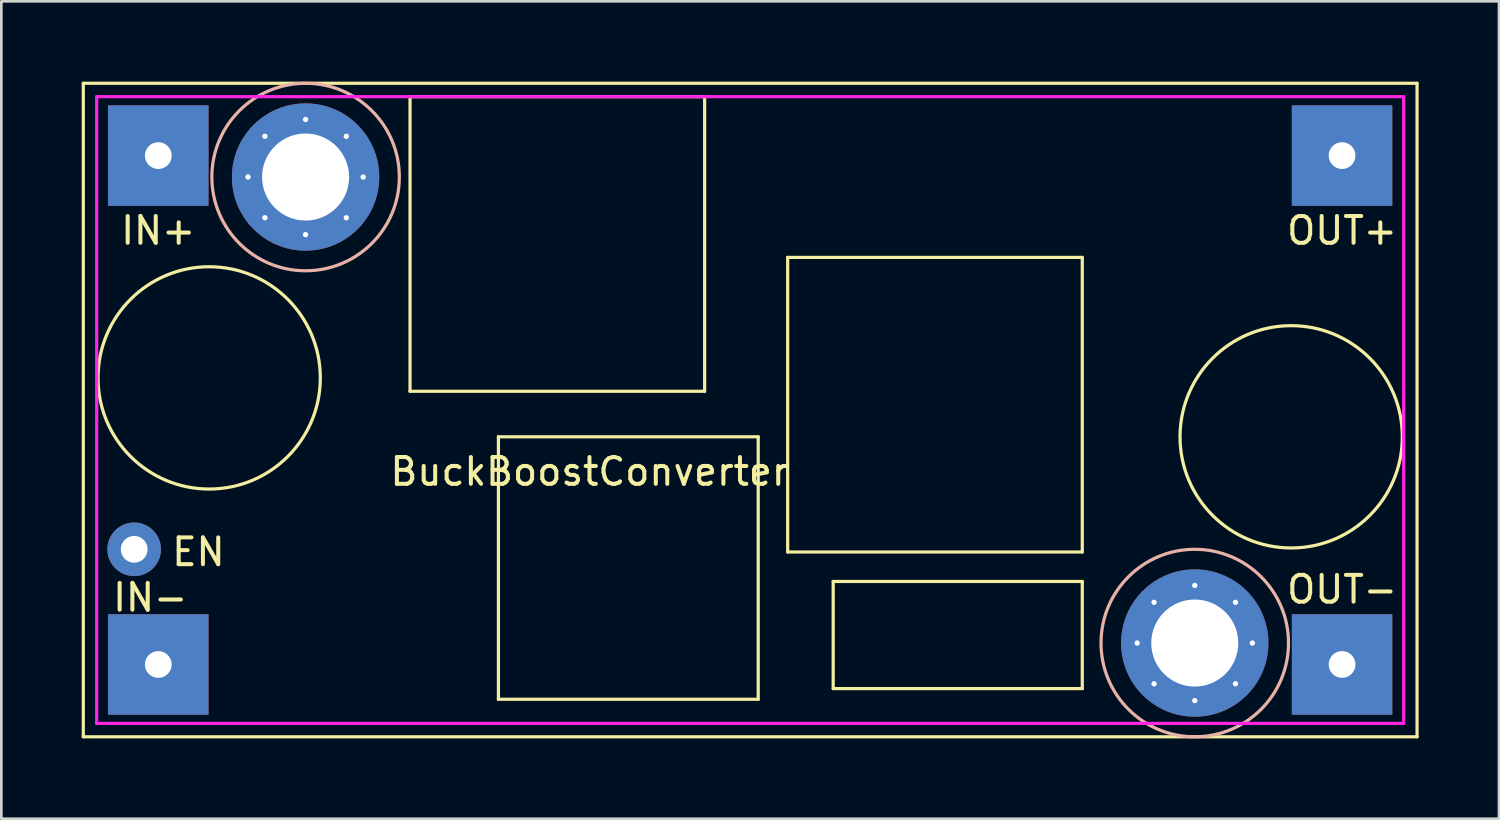
<source format=kicad_pcb>
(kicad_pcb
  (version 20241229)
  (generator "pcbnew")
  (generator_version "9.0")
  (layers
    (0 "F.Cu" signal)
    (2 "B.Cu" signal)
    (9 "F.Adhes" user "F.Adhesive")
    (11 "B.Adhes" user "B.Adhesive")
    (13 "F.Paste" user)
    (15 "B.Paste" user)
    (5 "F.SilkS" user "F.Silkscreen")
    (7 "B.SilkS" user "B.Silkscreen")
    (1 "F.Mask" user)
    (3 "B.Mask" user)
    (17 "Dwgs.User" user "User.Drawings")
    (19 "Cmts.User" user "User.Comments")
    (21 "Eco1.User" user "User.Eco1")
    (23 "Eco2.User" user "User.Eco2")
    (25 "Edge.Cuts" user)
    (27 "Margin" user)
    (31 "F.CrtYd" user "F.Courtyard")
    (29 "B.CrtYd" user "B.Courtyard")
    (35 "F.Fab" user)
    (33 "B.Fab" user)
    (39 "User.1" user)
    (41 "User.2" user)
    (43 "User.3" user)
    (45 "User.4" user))
  (footprint "BuckBoostConverter"
    (layer "F.Cu")
    (at 24.96 12.26)
    (property "Reference" "BuckBoostConverter" (at -6 2.3 0) (layer "F.SilkS") (effects (font (size 1 1) (thickness 0.15))))
    (attr through_hole)
    (fp_line (start -24.9 -12.2) (end -24.9 12.2) (stroke (width 0.12) (type solid)) (layer "F.SilkS"))
    (fp_line (start -24.9 12.2) (end 24.9 12.2) (stroke (width 0.12) (type solid)) (layer "F.SilkS"))
    (fp_line (start -12.7 -11.7) (end -12.7 -0.7) (stroke (width 0.12) (type solid)) (layer "F.SilkS"))
    (fp_line (start -12.7 -11.7) (end -1.7 -11.7) (stroke (width 0.12) (type solid)) (layer "F.SilkS"))
    (fp_line (start -9.4 1) (end -9.4 10.8) (stroke (width 0.12) (type solid)) (layer "F.SilkS"))
    (fp_line (start -9.4 10.8) (end 0.3 10.8) (stroke (width 0.12) (type solid)) (layer "F.SilkS"))
    (fp_line (start -1.7 -11.7) (end -1.7 -0.7) (stroke (width 0.12) (type solid)) (layer "F.SilkS"))
    (fp_line (start -1.7 -0.7) (end -12.7 -0.7) (stroke (width 0.12) (type solid)) (layer "F.SilkS"))
    (fp_line (start 0.3 1) (end -9.4 1) (stroke (width 0.12) (type solid)) (layer "F.SilkS"))
    (fp_line (start 0.3 10.8) (end 0.3 1) (stroke (width 0.12) (type solid)) (layer "F.SilkS"))
    (fp_line (start 1.4 -5.7) (end 12.4 -5.7) (stroke (width 0.12) (type solid)) (layer "F.SilkS"))
    (fp_line (start 1.4 5.3) (end 1.4 -5.7) (stroke (width 0.12) (type solid)) (layer "F.SilkS"))
    (fp_line (start 3.1 6.4) (end 12.4 6.4) (stroke (width 0.12) (type solid)) (layer "F.SilkS"))
    (fp_line (start 3.1 10.4) (end 3.1 6.4) (stroke (width 0.12) (type solid)) (layer "F.SilkS"))
    (fp_line (start 12.4 -5.7) (end 12.4 5.3) (stroke (width 0.12) (type solid)) (layer "F.SilkS"))
    (fp_line (start 12.4 5.3) (end 1.4 5.3) (stroke (width 0.12) (type solid)) (layer "F.SilkS"))
    (fp_line (start 12.4 6.4) (end 12.4 10.4) (stroke (width 0.12) (type solid)) (layer "F.SilkS"))
    (fp_line (start 12.4 10.4) (end 3.1 10.4) (stroke (width 0.12) (type solid)) (layer "F.SilkS"))
    (fp_line (start 24.9 -12.2) (end -24.9 -12.2) (stroke (width 0.12) (type solid)) (layer "F.SilkS"))
    (fp_line (start 24.9 12.2) (end 24.9 -12.2) (stroke (width 0.12) (type solid)) (layer "F.SilkS"))
    (fp_circle (center -20.2 -1.2) (end -16.05 -1.2) (stroke (width 0.12) (type solid)) (fill no) (layer "F.SilkS"))
    (fp_circle (center 20.2 1) (end 24.35 1) (stroke (width 0.12) (type solid)) (fill no) (layer "F.SilkS"))
    (fp_circle (center -16.6 -8.7) (end -16.6 -12.2) (stroke (width 0.12) (type solid)) (fill no) (layer "B.SilkS"))
    (fp_circle (center 16.6 8.7) (end 16.6 5.2) (stroke (width 0.12) (type solid)) (fill no) (layer "B.SilkS"))
    (fp_line (start -24.4 -11.7) (end 24.4 -11.7) (stroke (width 0.12) (type solid)) (layer "F.CrtYd"))
    (fp_line (start -24.4 0) (end -24.4 -11.7) (stroke (width 0.12) (type solid)) (layer "F.CrtYd"))
    (fp_line (start -24.4 11.7) (end -24.4 0) (stroke (width 0.12) (type solid)) (layer "F.CrtYd"))
    (fp_line (start 24.4 -11.7) (end 24.4 0) (stroke (width 0.12) (type solid)) (layer "F.CrtYd"))
    (fp_line (start 24.4 0) (end 24.4 11.7) (stroke (width 0.12) (type solid)) (layer "F.CrtYd"))
    (fp_line (start 24.4 11.7) (end -24.4 11.7) (stroke (width 0.12) (type solid)) (layer "F.CrtYd"))
    (fp_text user "IN+" (at -22.1 -6.7 0) (layer "F.SilkS") (effects (font (size 1 1) (thickness 0.15))))
    (fp_text user "OUT+" (at 22.1 -6.7 0) (layer "F.SilkS") (effects (font (size 1 1) (thickness 0.15))))
    (fp_text user "EN" (at -20.6 5.3 0) (layer "F.SilkS") (effects (font (size 1 1) (thickness 0.15))))
    (fp_text user "IN-" (at -22.4 7 0) (layer "F.SilkS") (effects (font (size 1 1) (thickness 0.15))))
    (fp_text user "OUT-" (at 22.1 6.7 0) (layer "F.SilkS") (effects (font (size 1 1) (thickness 0.15))))
    (pad "1" thru_hole rect (at -22.1 -9.5) (size 3.75 3.75) (drill 1) (layers "*.Cu" "*.Mask"))
    (pad "2" thru_hole rect (at -22.1 9.5) (size 3.75 3.75) (drill 1) (layers "*.Cu" "*.Mask"))
    (pad "3" thru_hole rect (at 22.1 -9.5) (size 3.75 3.75) (drill 1) (layers "*.Cu" "*.Mask"))
    (pad "4" thru_hole rect (at 22.1 9.5) (size 3.75 3.75) (drill 1) (layers "*.Cu" "*.Mask"))
    (pad "5" thru_hole circle (at -23 5.2) (size 2 2) (drill 1) (layers "*.Cu" "*.Mask"))
    (pad "5" thru_hole circle (at -18.75 -8.7) (size 0.5 0.5) (drill 0.2) (layers "*.Cu"))
    (pad "5" thru_hole circle (at -18.12 -10.22) (size 0.5 0.5) (drill 0.2) (layers "*.Cu"))
    (pad "5" thru_hole circle (at -18.12 -7.18) (size 0.5 0.5) (drill 0.2) (layers "*.Cu"))
    (pad "5" thru_hole circle (at -16.6 -10.85) (size 0.5 0.5) (drill 0.2) (layers "*.Cu"))
    (pad "5" thru_hole circle (at -16.6 -6.55) (size 0.5 0.5) (drill 0.2) (layers "*.Cu"))
    (pad "5" thru_hole circle (at -15.08 -10.22) (size 0.5 0.5) (drill 0.2) (layers "*.Cu"))
    (pad "5" thru_hole circle (at -15.08 -7.18) (size 0.5 0.5) (drill 0.2) (layers "*.Cu"))
    (pad "5" thru_hole circle (at -14.45 -8.7) (size 0.5 0.5) (drill 0.2) (layers "*.Cu"))
    (pad "5" thru_hole circle (at 14.45 8.7) (size 0.5 0.5) (drill 0.2) (layers "*.Cu"))
    (pad "5" thru_hole circle (at 15.08 7.18) (size 0.5 0.5) (drill 0.2) (layers "*.Cu"))
    (pad "5" thru_hole circle (at 15.08 10.22) (size 0.5 0.5) (drill 0.2) (layers "*.Cu"))
    (pad "5" thru_hole circle (at 16.6 6.55) (size 0.5 0.5) (drill 0.2) (layers "*.Cu"))
    (pad "5" thru_hole circle (at 16.6 10.85) (size 0.5 0.5) (drill 0.2) (layers "*.Cu"))
    (pad "5" thru_hole circle (at 18.12 7.18) (size 0.5 0.5) (drill 0.2) (layers "*.Cu"))
    (pad "5" thru_hole circle (at 18.12 10.22) (size 0.5 0.5) (drill 0.2) (layers "*.Cu"))
    (pad "5" thru_hole circle (at 18.75 8.7) (size 0.5 0.5) (drill 0.2) (layers "*.Cu"))
    (pad "6" thru_hole circle (at -16.6 -8.7) (size 5.5 5.5) (drill 3.25) (layers "*.Cu" "*.Mask"))
    (pad "6" thru_hole circle (at 16.6 8.7) (size 5.5 5.5) (drill 3.25) (layers "*.Cu" "*.Mask")))
  (gr_rect
    (start -3 -3)
    (end 52.92 27.52)
    (stroke (width 0.1) (type default))
    (fill no)
    (layer "Edge.Cuts")))
</source>
